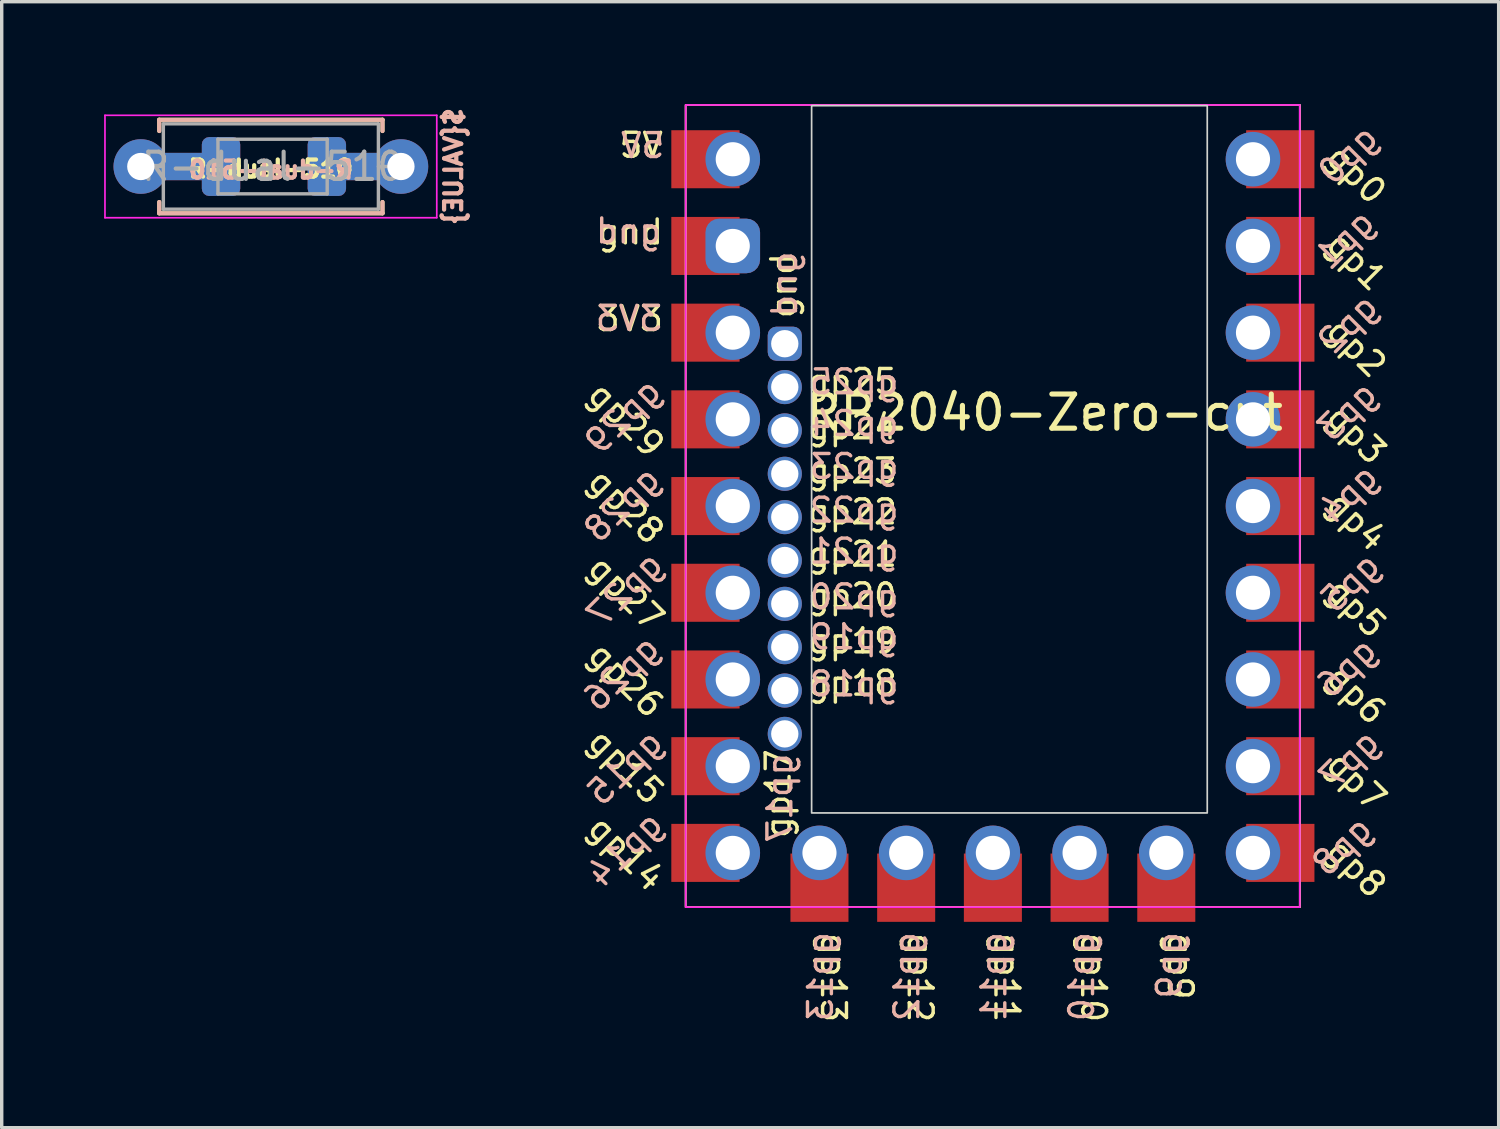
<source format=kicad_pcb>
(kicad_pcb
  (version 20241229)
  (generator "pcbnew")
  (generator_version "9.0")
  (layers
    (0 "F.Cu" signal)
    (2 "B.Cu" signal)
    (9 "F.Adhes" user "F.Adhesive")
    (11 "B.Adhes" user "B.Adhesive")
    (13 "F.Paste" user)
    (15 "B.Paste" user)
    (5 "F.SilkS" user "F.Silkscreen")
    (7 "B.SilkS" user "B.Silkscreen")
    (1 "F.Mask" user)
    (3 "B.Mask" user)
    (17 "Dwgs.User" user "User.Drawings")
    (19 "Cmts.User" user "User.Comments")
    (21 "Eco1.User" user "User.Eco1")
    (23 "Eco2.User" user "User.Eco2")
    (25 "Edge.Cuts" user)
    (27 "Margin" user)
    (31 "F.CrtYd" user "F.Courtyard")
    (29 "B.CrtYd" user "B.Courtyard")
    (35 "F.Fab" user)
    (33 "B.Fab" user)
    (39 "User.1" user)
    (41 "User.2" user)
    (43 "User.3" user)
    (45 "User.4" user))
  (footprint "RP2040-Zero-cut"
    (layer "F.Cu")
    (at 26.036 11.775)
    (property "Reference" "RP2040-Zero-cut" (at 1.513 -2.737 0) (unlocked yes) (layer "F.SilkS") (effects (font (size 1 1) (thickness 0.15))))
    (attr smd)
    (fp_rect (start -9 -11.75) (end 9 11.75) (stroke (width 0.05) (type default)) (fill no) (layer "F.SilkS"))
    (fp_rect (start -9 -11.75) (end 8.99 11.75) (stroke (width 0.05) (type default)) (fill no) (layer "B.SilkS"))
    (fp_rect (start -5.31 -11.73) (end 6.28 8.99) (stroke (width 0.05) (type default)) (fill no) (layer "Edge.Cuts"))
    (fp_rect (start -9 -11.75) (end 8.99 11.75) (stroke (width 0.05) (type default)) (fill no) (layer "F.CrtYd"))
    (fp_text user "gp0" (at 9.63 -10.16 315) (unlocked yes) (layer "F.SilkS") (effects (font (size 0.7 0.7) (thickness 0.1)) (justify left bottom)))
    (fp_text user "gp22" (at -5.48 0.58 0) (unlocked yes) (layer "F.SilkS") (effects (font (size 0.7 0.7) (thickness 0.1)) (justify left bottom)))
    (fp_text user "gp4" (at 9.63 0 315) (unlocked yes) (layer "F.SilkS") (effects (font (size 0.7 0.7) (thickness 0.1)) (justify left bottom)))
    (fp_text user "gp24" (at -5.48 -1.91 0) (unlocked yes) (layer "F.SilkS") (effects (font (size 0.7 0.7) (thickness 0.1)) (justify left bottom)))
    (fp_text user "gp29" (at -12 -3.21 315) (unlocked yes) (layer "F.SilkS") (effects (font (size 0.7 0.7) (thickness 0.1)) (justify left bottom)))
    (fp_text user "gp17" (at -5.88 9.79 90) (unlocked yes) (layer "F.SilkS") (effects (font (size 0.7 0.7) (thickness 0.1)) (justify left bottom)))
    (fp_text user "gp1" (at 9.63 -7.62 315) (unlocked yes) (layer "F.SilkS") (effects (font (size 0.7 0.7) (thickness 0.1)) (justify left bottom)))
    (fp_text user "gp18" (at -5.48 5.6 0) (unlocked yes) (layer "F.SilkS") (effects (font (size 0.7 0.7) (thickness 0.1)) (justify left bottom)))
    (fp_text user "gp25" (at -5.48 -3.24 0) (unlocked yes) (layer "F.SilkS") (effects (font (size 0.7 0.7) (thickness 0.1)) (justify left bottom)))
    (fp_text user "gnd" (at -11.633 -7.62 0) (unlocked yes) (layer "F.SilkS") (effects (font (size 0.7 0.7) (thickness 0.1)) (justify left bottom)))
    (fp_text user "gp9" (at 5.08 12.45 270) (unlocked yes) (layer "F.SilkS") (effects (font (size 0.7 0.7) (thickness 0.1)) (justify left bottom)))
    (fp_text user "gp28" (at -12 -0.67 315) (unlocked yes) (layer "F.SilkS") (effects (font (size 0.7 0.7) (thickness 0.1)) (justify left bottom)))
    (fp_text user "gp27" (at -12 1.87 315) (unlocked yes) (layer "F.SilkS") (effects (font (size 0.7 0.7) (thickness 0.1)) (justify left bottom)))
    (fp_text user "gp8" (at 9.63 10.16 315) (unlocked yes) (layer "F.SilkS") (effects (font (size 0.7 0.7) (thickness 0.1)) (justify left bottom)))
    (fp_text user "gp11" (at 0 12.45 270) (unlocked yes) (layer "F.SilkS") (effects (font (size 0.7 0.7) (thickness 0.1)) (justify left bottom)))
    (fp_text user "3V3" (at -11.667 -5.08 0) (unlocked yes) (layer "F.SilkS") (effects (font (size 0.7 0.7) (thickness 0.1)) (justify left bottom)))
    (fp_text user "gp23" (at -5.48 -0.62 0) (unlocked yes) (layer "F.SilkS") (effects (font (size 0.7 0.7) (thickness 0.1)) (justify left bottom)))
    (fp_text user "gp14" (at -12 9.49 315) (unlocked yes) (layer "F.SilkS") (effects (font (size 0.7 0.7) (thickness 0.1)) (justify left bottom)))
    (fp_text user "gp26" (at -12 4.41 315) (unlocked yes) (layer "F.SilkS") (effects (font (size 0.7 0.7) (thickness 0.1)) (justify left bottom)))
    (fp_text user "gp7" (at 9.63 7.62 315) (unlocked yes) (layer "F.SilkS") (effects (font (size 0.7 0.7) (thickness 0.1)) (justify left bottom)))
    (fp_text user "gp2" (at 9.63 -5.08 315) (unlocked yes) (layer "F.SilkS") (effects (font (size 0.7 0.7) (thickness 0.1)) (justify left bottom)))
    (fp_text user "5V" (at -11 -10.16 0) (unlocked yes) (layer "F.SilkS") (effects (font (size 0.7 0.7) (thickness 0.1)) (justify left bottom)))
    (fp_text user "gp19" (at -5.48 4.36 0) (unlocked yes) (layer "F.SilkS") (effects (font (size 0.7 0.7) (thickness 0.1)) (justify left bottom)))
    (fp_text user "gp20" (at -5.48 3.04 0) (unlocked yes) (layer "F.SilkS") (effects (font (size 0.7 0.7) (thickness 0.1)) (justify left bottom)))
    (fp_text user "gp10" (at 2.54 12.45 270) (unlocked yes) (layer "F.SilkS") (effects (font (size 0.7 0.7) (thickness 0.1)) (justify left bottom)))
    (fp_text user "gp21" (at -5.48 1.82 0) (unlocked yes) (layer "F.SilkS") (effects (font (size 0.7 0.7) (thickness 0.1)) (justify left bottom)))
    (fp_text user "gp3" (at 9.63 -2.54 315) (unlocked yes) (layer "F.SilkS") (effects (font (size 0.7 0.7) (thickness 0.1)) (justify left bottom)))
    (fp_text user "gp12" (at -2.54 12.45 270) (unlocked yes) (layer "F.SilkS") (effects (font (size 0.7 0.7) (thickness 0.1)) (justify left bottom)))
    (fp_text user "gnd" (at -5.72 -5.44 90) (unlocked yes) (layer "F.SilkS") (effects (font (size 0.7 0.7) (thickness 0.1)) (justify left bottom)))
    (fp_text user "gp5" (at 9.63 2.54 315) (unlocked yes) (layer "F.SilkS") (effects (font (size 0.7 0.7) (thickness 0.1)) (justify left bottom)))
    (fp_text user "gp13" (at -5.08 12.45 270) (unlocked yes) (layer "F.SilkS") (effects (font (size 0.7 0.7) (thickness 0.1)) (justify left bottom)))
    (fp_text user "gp6" (at 9.63 5.08 315) (unlocked yes) (layer "F.SilkS") (effects (font (size 0.7 0.7) (thickness 0.1)) (justify left bottom)))
    (fp_text user "gp15" (at -12 6.95 315) (unlocked yes) (layer "F.SilkS") (effects (font (size 0.7 0.7) (thickness 0.1)) (justify left bottom)))
    (fp_text user "3V3" (at -9.63 -5.09 0) (unlocked yes) (layer "B.SilkS") (effects (font (size 0.7 0.7) (thickness 0.1)) (justify left bottom mirror)))
    (fp_text user "gp28" (at -9.61 -0.73 45) (unlocked yes) (layer "B.SilkS") (effects (font (size 0.7 0.7) (thickness 0.1)) (justify left bottom mirror)))
    (fp_text user "gp12" (at -2.11 12.42 90) (unlocked yes) (layer "B.SilkS") (effects (font (size 0.7 0.7) (thickness 0.1)) (justify left bottom mirror)))
    (fp_text user "gp14" (at -9.53 9.38 45) (unlocked yes) (layer "B.SilkS") (effects (font (size 0.7 0.7) (thickness 0.1)) (justify left bottom mirror)))
    (fp_text user "gp25" (at -2.7 -3.23 0) (unlocked yes) (layer "B.SilkS") (effects (font (size 0.7 0.7) (thickness 0.1)) (justify left bottom mirror)))
    (fp_text user "gp1" (at 11.32 -8.25 45) (unlocked yes) (layer "B.SilkS") (effects (font (size 0.7 0.7) (thickness 0.1)) (justify left bottom mirror)))
    (fp_text user "gp26" (at -9.63 4.22 45) (unlocked yes) (layer "B.SilkS") (effects (font (size 0.7 0.7) (thickness 0.1)) (justify left bottom mirror)))
    (fp_text user "gp18" (at -2.7 5.62 0) (unlocked yes) (layer "B.SilkS") (effects (font (size 0.7 0.7) (thickness 0.1)) (justify left bottom mirror)))
    (fp_text user "gp8" (at 11.25 9.52 45) (unlocked yes) (layer "B.SilkS") (effects (font (size 0.7 0.7) (thickness 0.1)) (justify left bottom mirror)))
    (fp_text user "gp3" (at 11.39 -3.22 45) (unlocked yes) (layer "B.SilkS") (effects (font (size 0.7 0.7) (thickness 0.1)) (justify left bottom mirror)))
    (fp_text user "gnd" (at -9.66 -7.65 0) (unlocked yes) (layer "B.SilkS") (effects (font (size 0.7 0.7) (thickness 0.1)) (justify left bottom mirror)))
    (fp_text user "gp22" (at -2.7 0.53 0) (unlocked yes) (layer "B.SilkS") (effects (font (size 0.7 0.7) (thickness 0.1)) (justify left bottom mirror)))
    (fp_text user "gp21" (at -2.7 1.73 0) (unlocked yes) (layer "B.SilkS") (effects (font (size 0.7 0.7) (thickness 0.1)) (justify left bottom mirror)))
    (fp_text user "gp4" (at 11.42 -0.79 45) (unlocked yes) (layer "B.SilkS") (effects (font (size 0.7 0.7) (thickness 0.1)) (justify left bottom mirror)))
    (fp_text user "gp2" (at 11.42 -5.78 45) (unlocked yes) (layer "B.SilkS") (effects (font (size 0.7 0.7) (thickness 0.1)) (justify left bottom mirror)))
    (fp_text user "gp11" (at 0.44 12.42 90) (unlocked yes) (layer "B.SilkS") (effects (font (size 0.7 0.7) (thickness 0.1)) (justify left bottom mirror)))
    (fp_text user "gp29" (at -9.58 -3.31 45) (unlocked yes) (layer "B.SilkS") (effects (font (size 0.7 0.7) (thickness 0.1)) (justify left bottom mirror)))
    (fp_text user "gp10" (at 3.01 12.42 90) (unlocked yes) (layer "B.SilkS") (effects (font (size 0.7 0.7) (thickness 0.1)) (justify left bottom mirror)))
    (fp_text user "gp27" (at -9.53 1.77 45) (unlocked yes) (layer "B.SilkS") (effects (font (size 0.7 0.7) (thickness 0.1)) (justify left bottom mirror)))
    (fp_text user "gp15" (at -9.53 6.98 45) (unlocked yes) (layer "B.SilkS") (effects (font (size 0.7 0.7) (thickness 0.1)) (justify left bottom mirror)))
    (fp_text user "gp7" (at 11.46 6.98 45) (unlocked yes) (layer "B.SilkS") (effects (font (size 0.7 0.7) (thickness 0.1)) (justify left bottom mirror)))
    (fp_text user "gp5" (at 11.48 1.8 45) (unlocked yes) (layer "B.SilkS") (effects (font (size 0.7 0.7) (thickness 0.1)) (justify left bottom mirror)))
    (fp_text user "gp6" (at 11.38 4.29 45) (unlocked yes) (layer "B.SilkS") (effects (font (size 0.7 0.7) (thickness 0.1)) (justify left bottom mirror)))
    (fp_text user "gp0" (at 11.42 -10.73 45) (unlocked yes) (layer "B.SilkS") (effects (font (size 0.7 0.7) (thickness 0.1)) (justify left bottom mirror)))
    (fp_text user "gp13" (at -4.64 12.42 90) (unlocked yes) (layer "B.SilkS") (effects (font (size 0.7 0.7) (thickness 0.1)) (justify left bottom mirror)))
    (fp_text user "gp20" (at -2.7 3.07 0) (unlocked yes) (layer "B.SilkS") (effects (font (size 0.7 0.7) (thickness 0.1)) (justify left bottom mirror)))
    (fp_text user "gnd" (at -5.69 -7.52 90) (unlocked yes) (layer "B.SilkS") (effects (font (size 0.7 0.7) (thickness 0.1)) (justify left bottom mirror)))
    (fp_text user "5V" (at -9.56 -10.15 0) (unlocked yes) (layer "B.SilkS") (effects (font (size 0.7 0.7) (thickness 0.1)) (justify left bottom mirror)))
    (fp_text user "gp9" (at 5.58 12.42 90) (unlocked yes) (layer "B.SilkS") (effects (font (size 0.7 0.7) (thickness 0.1)) (justify left bottom mirror)))
    (fp_text user "gp24" (at -2.7 -2.01 0) (unlocked yes) (layer "B.SilkS") (effects (font (size 0.7 0.7) (thickness 0.1)) (justify left bottom mirror)))
    (fp_text user "gp23" (at -2.7 -0.75 0) (unlocked yes) (layer "B.SilkS") (effects (font (size 0.7 0.7) (thickness 0.1)) (justify left bottom mirror)))
    (fp_text user "gp17" (at -5.83 7.19 90) (unlocked yes) (layer "B.SilkS") (effects (font (size 0.7 0.7) (thickness 0.1)) (justify left bottom mirror)))
    (fp_text user "gp19" (at -2.7 4.24 0) (unlocked yes) (layer "B.SilkS") (effects (font (size 0.7 0.7) (thickness 0.1)) (justify left bottom mirror)))
    (pad "1" thru_hole circle (at 7.62 -10.16) (size 1.6 1.6) (drill 1) (layers "*.Cu" "*.Mask"))
    (pad "1" smd rect (at 8.42 -10.16) (size 2 1.7) (layers "F.Cu" "F.Mask"))
    (pad "2" thru_hole circle (at 7.62 -7.62) (size 1.6 1.6) (drill 1) (layers "*.Cu" "*.Mask"))
    (pad "2" smd rect (at 8.42 -7.62) (size 2 1.7) (layers "F.Cu" "F.Mask"))
    (pad "3" thru_hole circle (at 7.62 -5.08) (size 1.6 1.6) (drill 1) (layers "*.Cu" "*.Mask"))
    (pad "3" smd rect (at 8.42 -5.08) (size 2 1.7) (layers "F.Cu" "F.Mask"))
    (pad "4" thru_hole circle (at 7.62 -2.54) (size 1.6 1.6) (drill 1) (layers "*.Cu" "*.Mask"))
    (pad "4" smd rect (at 8.42 -2.54) (size 2 1.7) (layers "F.Cu" "F.Mask"))
    (pad "5" thru_hole circle (at 7.62 0) (size 1.6 1.6) (drill 1) (layers "*.Cu" "*.Mask"))
    (pad "5" smd rect (at 8.42 0) (size 2 1.7) (layers "F.Cu" "F.Mask"))
    (pad "6" thru_hole circle (at 7.62 2.54) (size 1.6 1.6) (drill 1) (layers "*.Cu" "*.Mask"))
    (pad "6" smd rect (at 8.42 2.54) (size 2 1.7) (layers "F.Cu" "F.Mask"))
    (pad "7" thru_hole circle (at 7.62 5.08) (size 1.6 1.6) (drill 1) (layers "*.Cu" "*.Mask"))
    (pad "7" smd rect (at 8.42 5.08) (size 2 1.7) (layers "F.Cu" "F.Mask"))
    (pad "8" thru_hole circle (at 7.62 7.62) (size 1.6 1.6) (drill 1) (layers "*.Cu" "*.Mask"))
    (pad "8" smd rect (at 8.42 7.62) (size 2 1.7) (layers "F.Cu" "F.Mask"))
    (pad "9" thru_hole circle (at 7.62 10.16) (size 1.6 1.6) (drill 1) (layers "*.Cu" "*.Mask"))
    (pad "9" smd rect (at 8.42 10.16) (size 2 1.7) (layers "F.Cu" "F.Mask"))
    (pad "10" thru_hole circle (at 5.08 10.16) (size 1.6 1.6) (drill 1) (layers "*.Cu" "*.Mask"))
    (pad "10" smd rect (at 5.08 11.18 90) (size 2 1.7) (layers "F.Cu" "F.Mask"))
    (pad "11" thru_hole circle (at 2.54 10.16) (size 1.6 1.6) (drill 1) (layers "*.Cu" "*.Mask"))
    (pad "11" smd rect (at 2.54 11.18 90) (size 2 1.7) (layers "F.Cu" "F.Mask"))
    (pad "12" thru_hole circle (at 0 10.16) (size 1.6 1.6) (drill 1) (layers "*.Cu" "*.Mask"))
    (pad "12" smd rect (at 0 11.18 90) (size 2 1.7) (layers "F.Cu" "F.Mask"))
    (pad "13" thru_hole circle (at -2.54 10.16) (size 1.6 1.6) (drill 1) (layers "*.Cu" "*.Mask"))
    (pad "13" smd rect (at -2.54 11.18 90) (size 2 1.7) (layers "F.Cu" "F.Mask"))
    (pad "14" thru_hole circle (at -5.08 10.16) (size 1.6 1.6) (drill 1) (layers "*.Cu" "*.Mask"))
    (pad "14" smd rect (at -5.08 11.18 90) (size 2 1.7) (layers "F.Cu" "F.Mask"))
    (pad "15" smd rect (at -8.42 10.16) (size 2 1.7) (layers "F.Cu" "F.Mask"))
    (pad "15" thru_hole circle (at -7.62 10.16) (size 1.6 1.6) (drill 1) (layers "*.Cu" "*.Mask"))
    (pad "16" smd rect (at -8.42 7.62) (size 2 1.7) (layers "F.Cu" "F.Mask"))
    (pad "16" thru_hole circle (at -7.62 7.62) (size 1.6 1.6) (drill 1) (layers "*.Cu" "*.Mask"))
    (pad "17" smd rect (at -8.42 5.08) (size 2 1.7) (layers "F.Cu" "F.Mask"))
    (pad "17" thru_hole circle (at -7.62 5.08) (size 1.6 1.6) (drill 1) (layers "*.Cu" "*.Mask"))
    (pad "18" smd rect (at -8.42 2.54) (size 2 1.7) (layers "F.Cu" "F.Mask"))
    (pad "18" thru_hole circle (at -7.62 2.54) (size 1.6 1.6) (drill 1) (layers "*.Cu" "*.Mask"))
    (pad "19" smd rect (at -8.42 0) (size 2 1.7) (layers "F.Cu" "F.Mask"))
    (pad "19" thru_hole circle (at -7.62 0) (size 1.6 1.6) (drill 1) (layers "*.Cu" "*.Mask"))
    (pad "20" smd rect (at -8.42 -2.54) (size 2 1.7) (layers "F.Cu" "F.Mask"))
    (pad "20" thru_hole circle (at -7.62 -2.54) (size 1.6 1.6) (drill 1) (layers "*.Cu" "*.Mask"))
    (pad "21" smd rect (at -8.42 -5.08) (size 2 1.7) (layers "F.Cu" "F.Mask"))
    (pad "21" thru_hole circle (at -7.62 -5.08) (size 1.6 1.6) (drill 1) (layers "*.Cu" "*.Mask"))
    (pad "22" smd rect (at -8.42 -7.62) (size 2 1.7) (layers "F.Cu" "F.Mask"))
    (pad "22" thru_hole roundrect (at -7.62 -7.62) (size 1.6 1.6) (drill 1) (layers "*.Cu" "*.Mask") (roundrect_rratio 0.25))
    (pad "23" smd rect (at -8.42 -10.16) (size 2 1.7) (layers "F.Cu" "F.Mask"))
    (pad "23" thru_hole circle (at -7.62 -10.16) (size 1.6 1.6) (drill 1) (layers "*.Cu" "*.Mask"))
    (pad "24" thru_hole circle (at -6.096 6.674) (size 1 1) (drill 0.8) (layers "*.Cu" "*.Mask"))
    (pad "25" thru_hole circle (at -6.096 5.404) (size 1 1) (drill 0.8) (layers "*.Cu" "*.Mask"))
    (pad "26" thru_hole circle (at -6.096 4.134) (size 1 1) (drill 0.8) (layers "*.Cu" "*.Mask"))
    (pad "27" thru_hole circle (at -6.096 2.864) (size 1 1) (drill 0.8) (layers "*.Cu" "*.Mask"))
    (pad "28" thru_hole circle (at -6.096 1.594) (size 1 1) (drill 0.8) (layers "*.Cu" "*.Mask"))
    (pad "29" thru_hole circle (at -6.096 0.324) (size 1 1) (drill 0.8) (layers "*.Cu" "*.Mask"))
    (pad "30" thru_hole circle (at -6.096 -0.946) (size 1 1) (drill 0.8) (layers "*.Cu" "*.Mask"))
    (pad "31" thru_hole circle (at -6.096 -2.216) (size 1 1) (drill 0.8) (layers "*.Cu" "*.Mask"))
    (pad "32" thru_hole circle (at -6.096 -3.486) (size 1 1) (drill 0.8) (layers "*.Cu" "*.Mask"))
    (pad "33" thru_hole roundrect (at -6.096 -4.756) (size 1 1) (drill 0.8) (layers "*.Cu" "*.Mask") (roundrect_rratio 0.25)))
  (footprint "R-dual-510"
    (layer "F.Cu")
    (at 1.075 1.828)
    (property "Reference" "R-dual-510" (at 3.81 0.07 0) (layer "F.SilkS") (effects (font (size 0.5 0.5) (thickness 0.125))))
    (property "Value" "${VALUE}" (at 9.16 0 90) (layer "F.SilkS") (hide yes) (effects (font (size 0.5 0.5) (thickness 0.125))))
    (attr through_hole)
    (fp_line (start 0.54 -1.37) (end 7.08 -1.37) (stroke (width 0.12) (type solid)) (layer "F.SilkS"))
    (fp_line (start 0.54 -1.04) (end 0.54 -1.37) (stroke (width 0.12) (type solid)) (layer "F.SilkS"))
    (fp_line (start 0.54 1.04) (end 0.54 1.37) (stroke (width 0.12) (type solid)) (layer "F.SilkS"))
    (fp_line (start 0.54 1.37) (end 7.08 1.37) (stroke (width 0.12) (type solid)) (layer "F.SilkS"))
    (fp_line (start 7.08 -1.37) (end 7.08 -1.04) (stroke (width 0.12) (type solid)) (layer "F.SilkS"))
    (fp_line (start 7.08 1.37) (end 7.08 1.04) (stroke (width 0.12) (type solid)) (layer "F.SilkS"))
    (fp_line (start 0.54 -1.37) (end 7.08 -1.37) (stroke (width 0.12) (type solid)) (layer "B.SilkS"))
    (fp_line (start 0.54 -1.04) (end 0.54 -1.37) (stroke (width 0.12) (type solid)) (layer "B.SilkS"))
    (fp_line (start 0.54 1.04) (end 0.54 1.37) (stroke (width 0.12) (type solid)) (layer "B.SilkS"))
    (fp_line (start 0.54 1.37) (end 7.08 1.37) (stroke (width 0.12) (type solid)) (layer "B.SilkS"))
    (fp_line (start 7.08 -1.37) (end 7.08 -1.04) (stroke (width 0.12) (type solid)) (layer "B.SilkS"))
    (fp_line (start 7.08 1.37) (end 7.08 1.04) (stroke (width 0.12) (type solid)) (layer "B.SilkS"))
    (fp_line (start -1.05 -1.5) (end -1.05 1.5) (stroke (width 0.05) (type solid)) (layer "F.CrtYd"))
    (fp_line (start -1.05 1.5) (end 8.67 1.5) (stroke (width 0.05) (type solid)) (layer "F.CrtYd"))
    (fp_line (start 8.67 -1.5) (end -1.05 -1.5) (stroke (width 0.05) (type solid)) (layer "F.CrtYd"))
    (fp_line (start 8.67 1.5) (end 8.67 -1.5) (stroke (width 0.05) (type solid)) (layer "F.CrtYd"))
    (fp_line (start 0 0) (end 0.66 0) (stroke (width 0.1) (type solid)) (layer "F.Fab"))
    (fp_line (start 0.66 -1.25) (end 0.66 1.25) (stroke (width 0.1) (type solid)) (layer "F.Fab"))
    (fp_line (start 0.66 1.25) (end 6.96 1.25) (stroke (width 0.1) (type solid)) (layer "F.Fab"))
    (fp_line (start 2.26 -0.8) (end 5.46 -0.8) (stroke (width 0.1) (type solid)) (layer "F.Fab"))
    (fp_line (start 2.26 0.8) (end 2.26 -0.8) (stroke (width 0.1) (type solid)) (layer "F.Fab"))
    (fp_line (start 5.46 -0.8) (end 5.46 0.8) (stroke (width 0.1) (type solid)) (layer "F.Fab"))
    (fp_line (start 5.46 0.8) (end 2.26 0.8) (stroke (width 0.1) (type solid)) (layer "F.Fab"))
    (fp_line (start 6.96 -1.25) (end 0.66 -1.25) (stroke (width 0.1) (type solid)) (layer "F.Fab"))
    (fp_line (start 6.96 1.25) (end 6.96 -1.25) (stroke (width 0.1) (type solid)) (layer "F.Fab"))
    (fp_line (start 7.62 0) (end 6.96 0) (stroke (width 0.1) (type solid)) (layer "F.Fab"))
    (fp_text user "${VALUE}" (at 9.16 0 90) (layer "B.SilkS") (effects (font (size 0.5 0.5) (thickness 0.125)) (justify mirror)))
    (fp_text user "${REFERENCE}" (at 3.81 0.1 0) (layer "B.SilkS") (effects (font (size 0.5 0.5) (thickness 0.125)) (justify mirror)))
    (fp_text user "${REFERENCE}" (at 3.86 0 0) (layer "F.Fab") (effects (font (size 0.8 0.8) (thickness 0.12))))
    (pad "1" thru_hole circle (at 0 0) (size 1.6 1.6) (drill 0.8) (layers "*.Cu" "*.Mask"))
    (pad "1" smd roundrect (at 1.5 0) (size 2.2 0.8) (layers "F.Cu" "F.Mask" "F.Paste") (roundrect_rratio 0.192))
    (pad "1" smd roundrect (at 1.5 0) (size 2.2 0.8) (layers "B.Cu" "B.Mask" "B.Paste") (roundrect_rratio 0.192))
    (pad "1" smd roundrect (at 2.35 0) (size 1.125 1.725) (layers "F.Cu" "F.Mask" "F.Paste") (roundrect_rratio 0.192))
    (pad "1" smd roundrect (at 2.35 0) (size 1.125 1.725) (layers "B.Cu" "B.Mask" "B.Paste") (roundrect_rratio 0.192))
    (pad "2" smd roundrect (at 5.45 0) (size 1.125 1.725) (layers "F.Cu" "F.Mask" "F.Paste") (roundrect_rratio 0.192))
    (pad "2" smd roundrect (at 5.45 0) (size 1.125 1.725) (layers "B.Cu" "B.Mask" "B.Paste") (roundrect_rratio 0.192))
    (pad "2" smd roundrect (at 6.35 0) (size 1.8 0.8) (layers "F.Cu" "F.Mask" "F.Paste") (roundrect_rratio 0.192))
    (pad "2" smd roundrect (at 6.35 0) (size 1.8 0.8) (layers "B.Cu" "B.Mask" "B.Paste") (roundrect_rratio 0.192))
    (pad "2" thru_hole oval (at 7.62 0) (size 1.6 1.6) (drill 0.8) (layers "*.Cu" "*.Mask")))
  (gr_rect
    (start -3 -3)
    (end 40.853 29.985)
    (stroke (width 0.1) (type default))
    (fill no)
    (layer "Edge.Cuts")))
</source>
